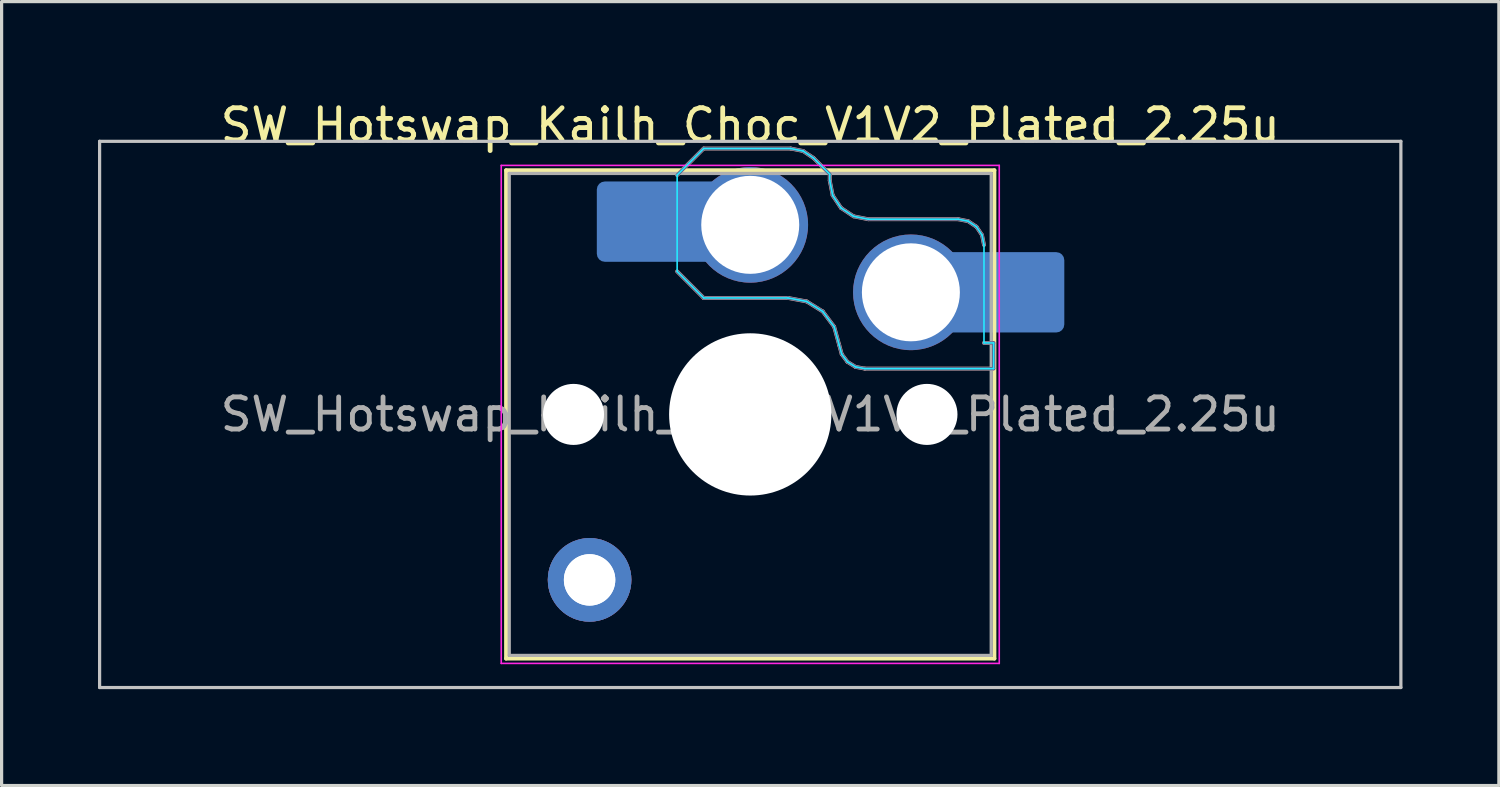
<source format=kicad_pcb>
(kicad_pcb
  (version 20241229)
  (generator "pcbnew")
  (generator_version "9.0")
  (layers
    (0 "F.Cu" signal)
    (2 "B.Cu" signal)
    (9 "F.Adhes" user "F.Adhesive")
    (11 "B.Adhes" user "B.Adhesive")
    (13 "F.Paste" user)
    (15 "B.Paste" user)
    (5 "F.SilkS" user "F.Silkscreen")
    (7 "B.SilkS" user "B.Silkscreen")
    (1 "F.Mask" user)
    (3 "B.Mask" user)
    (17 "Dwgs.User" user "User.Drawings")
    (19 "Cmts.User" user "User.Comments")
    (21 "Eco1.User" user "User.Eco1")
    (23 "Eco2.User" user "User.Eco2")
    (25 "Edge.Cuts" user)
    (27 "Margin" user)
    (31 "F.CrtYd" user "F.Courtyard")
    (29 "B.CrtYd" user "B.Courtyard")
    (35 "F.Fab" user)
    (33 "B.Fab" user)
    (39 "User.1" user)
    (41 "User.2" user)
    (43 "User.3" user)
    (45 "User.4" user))
  (footprint "SW_Hotswap_Kailh_Choc_V1V2_Plated_2.25u"
    (layer "F.Cu")
    (at 20.3 9.848)
    (property "Reference" "SW_Hotswap_Kailh_Choc_V1V2_Plated_2.25u" (at 0 -9 0) (layer "F.SilkS") (effects (font (size 1 1) (thickness 0.15))))
    (attr smd)
    (fp_line (start -7.6 -7.6) (end -7.6 7.6) (stroke (width 0.12) (type solid)) (layer "F.SilkS"))
    (fp_line (start -7.6 7.6) (end 7.6 7.6) (stroke (width 0.12) (type solid)) (layer "F.SilkS"))
    (fp_line (start 7.6 -7.6) (end -7.6 -7.6) (stroke (width 0.12) (type solid)) (layer "F.SilkS"))
    (fp_line (start 7.6 7.6) (end 7.6 -7.6) (stroke (width 0.12) (type solid)) (layer "F.SilkS"))
    (fp_line (start -2.275 -7.45) (end -1.45 -8.275) (stroke (width 0.12) (type solid)) (layer "B.SilkS"))
    (fp_line (start -1.45 -8.275) (end 1.261 -8.275) (stroke (width 0.12) (type solid)) (layer "B.SilkS"))
    (fp_line (start -1.45 -3.625) (end -2.275 -4.45) (stroke (width 0.12) (type solid)) (layer "B.SilkS"))
    (fp_line (start 1.175 -3.625) (end -1.45 -3.625) (stroke (width 0.12) (type solid)) (layer "B.SilkS"))
    (fp_line (start 1.261 -8.275) (end 1.643 -8.199) (stroke (width 0.12) (type solid)) (layer "B.SilkS"))
    (fp_line (start 1.643 -8.199) (end 1.968 -7.982) (stroke (width 0.12) (type solid)) (layer "B.SilkS"))
    (fp_line (start 1.756 -3.516) (end 1.175 -3.625) (stroke (width 0.12) (type solid)) (layer "B.SilkS"))
    (fp_line (start 1.968 -7.982) (end 2.475 -7.475) (stroke (width 0.12) (type solid)) (layer "B.SilkS"))
    (fp_line (start 2.258 -3.203) (end 1.756 -3.516) (stroke (width 0.12) (type solid)) (layer "B.SilkS"))
    (fp_line (start 2.475 -7.475) (end 2.475 -7.275) (stroke (width 0.12) (type solid)) (layer "B.SilkS"))
    (fp_line (start 2.475 -7.275) (end 2.566 -6.816) (stroke (width 0.12) (type solid)) (layer "B.SilkS"))
    (fp_line (start 2.566 -6.816) (end 2.826 -6.426) (stroke (width 0.12) (type solid)) (layer "B.SilkS"))
    (fp_line (start 2.612 -2.729) (end 2.258 -3.203) (stroke (width 0.12) (type solid)) (layer "B.SilkS"))
    (fp_line (start 2.769 -2.158) (end 2.612 -2.729) (stroke (width 0.12) (type solid)) (layer "B.SilkS"))
    (fp_line (start 2.826 -6.426) (end 3.216 -6.166) (stroke (width 0.12) (type solid)) (layer "B.SilkS"))
    (fp_line (start 2.848 -1.873) (end 2.769 -2.158) (stroke (width 0.12) (type solid)) (layer "B.SilkS"))
    (fp_line (start 3.025 -1.636) (end 2.848 -1.873) (stroke (width 0.12) (type solid)) (layer "B.SilkS"))
    (fp_line (start 3.216 -6.166) (end 3.675 -6.075) (stroke (width 0.12) (type solid)) (layer "B.SilkS"))
    (fp_line (start 3.276 -1.48) (end 3.025 -1.636) (stroke (width 0.12) (type solid)) (layer "B.SilkS"))
    (fp_line (start 3.567 -1.425) (end 3.276 -1.48) (stroke (width 0.12) (type solid)) (layer "B.SilkS"))
    (fp_line (start 3.675 -6.075) (end 6.475 -6.075) (stroke (width 0.12) (type solid)) (layer "B.SilkS"))
    (fp_line (start 6.475 -6.075) (end 6.781 -6.014) (stroke (width 0.12) (type solid)) (layer "B.SilkS"))
    (fp_line (start 6.781 -6.014) (end 7.041 -5.841) (stroke (width 0.12) (type solid)) (layer "B.SilkS"))
    (fp_line (start 7.041 -5.841) (end 7.214 -5.581) (stroke (width 0.12) (type solid)) (layer "B.SilkS"))
    (fp_line (start 7.214 -5.581) (end 7.275 -5.275) (stroke (width 0.12) (type solid)) (layer "B.SilkS"))
    (fp_line (start 7.275 -2.225) (end 7.575 -2.225) (stroke (width 0.12) (type solid)) (layer "B.SilkS"))
    (fp_line (start 7.575 -2.225) (end 7.575 -1.425) (stroke (width 0.12) (type solid)) (layer "B.SilkS"))
    (fp_line (start 7.575 -1.425) (end 3.567 -1.425) (stroke (width 0.12) (type solid)) (layer "B.SilkS"))
    (fp_line (start -20.25 -8.5) (end -20.25 8.5) (stroke (width 0.1) (type solid)) (layer "Dwgs.User"))
    (fp_line (start -20.25 8.5) (end 20.25 8.5) (stroke (width 0.1) (type solid)) (layer "Dwgs.User"))
    (fp_line (start 20.25 -8.5) (end -20.25 -8.5) (stroke (width 0.1) (type solid)) (layer "Dwgs.User"))
    (fp_line (start 20.25 8.5) (end 20.25 -8.5) (stroke (width 0.1) (type solid)) (layer "Dwgs.User"))
    (fp_line (start -7.25 -7.25) (end -7.25 7.25) (stroke (width 0.1) (type solid)) (layer "Eco1.User"))
    (fp_line (start -7.25 7.25) (end 7.25 7.25) (stroke (width 0.1) (type solid)) (layer "Eco1.User"))
    (fp_line (start 7.25 -7.25) (end -7.25 -7.25) (stroke (width 0.1) (type solid)) (layer "Eco1.User"))
    (fp_line (start 7.25 7.25) (end 7.25 -7.25) (stroke (width 0.1) (type solid)) (layer "Eco1.User"))
    (fp_line (start -2.275 -7.45) (end -1.45 -8.275) (stroke (width 0.05) (type solid)) (layer "B.CrtYd"))
    (fp_line (start -2.275 -4.45) (end -2.275 -7.45) (stroke (width 0.05) (type solid)) (layer "B.CrtYd"))
    (fp_line (start -1.45 -8.275) (end 1.261 -8.275) (stroke (width 0.05) (type solid)) (layer "B.CrtYd"))
    (fp_line (start -1.45 -3.625) (end -2.275 -4.45) (stroke (width 0.05) (type solid)) (layer "B.CrtYd"))
    (fp_line (start 1.175 -3.625) (end -1.45 -3.625) (stroke (width 0.05) (type solid)) (layer "B.CrtYd"))
    (fp_line (start 1.261 -8.275) (end 1.643 -8.199) (stroke (width 0.05) (type solid)) (layer "B.CrtYd"))
    (fp_line (start 1.643 -8.199) (end 1.968 -7.982) (stroke (width 0.05) (type solid)) (layer "B.CrtYd"))
    (fp_line (start 1.756 -3.516) (end 1.175 -3.625) (stroke (width 0.05) (type solid)) (layer "B.CrtYd"))
    (fp_line (start 1.968 -7.982) (end 2.475 -7.475) (stroke (width 0.05) (type solid)) (layer "B.CrtYd"))
    (fp_line (start 2.258 -3.203) (end 1.756 -3.516) (stroke (width 0.05) (type solid)) (layer "B.CrtYd"))
    (fp_line (start 2.475 -7.475) (end 2.475 -7.275) (stroke (width 0.05) (type solid)) (layer "B.CrtYd"))
    (fp_line (start 2.475 -7.275) (end 2.566 -6.816) (stroke (width 0.05) (type solid)) (layer "B.CrtYd"))
    (fp_line (start 2.566 -6.816) (end 2.826 -6.426) (stroke (width 0.05) (type solid)) (layer "B.CrtYd"))
    (fp_line (start 2.612 -2.729) (end 2.258 -3.203) (stroke (width 0.05) (type solid)) (layer "B.CrtYd"))
    (fp_line (start 2.769 -2.158) (end 2.612 -2.729) (stroke (width 0.05) (type solid)) (layer "B.CrtYd"))
    (fp_line (start 2.826 -6.426) (end 3.216 -6.166) (stroke (width 0.05) (type solid)) (layer "B.CrtYd"))
    (fp_line (start 2.848 -1.873) (end 2.769 -2.158) (stroke (width 0.05) (type solid)) (layer "B.CrtYd"))
    (fp_line (start 3.025 -1.636) (end 2.848 -1.873) (stroke (width 0.05) (type solid)) (layer "B.CrtYd"))
    (fp_line (start 3.216 -6.166) (end 3.675 -6.075) (stroke (width 0.05) (type solid)) (layer "B.CrtYd"))
    (fp_line (start 3.276 -1.48) (end 3.025 -1.636) (stroke (width 0.05) (type solid)) (layer "B.CrtYd"))
    (fp_line (start 3.567 -1.425) (end 3.276 -1.48) (stroke (width 0.05) (type solid)) (layer "B.CrtYd"))
    (fp_line (start 3.675 -6.075) (end 6.475 -6.075) (stroke (width 0.05) (type solid)) (layer "B.CrtYd"))
    (fp_line (start 6.475 -6.075) (end 6.781 -6.014) (stroke (width 0.05) (type solid)) (layer "B.CrtYd"))
    (fp_line (start 6.781 -6.014) (end 7.041 -5.841) (stroke (width 0.05) (type solid)) (layer "B.CrtYd"))
    (fp_line (start 7.041 -5.841) (end 7.214 -5.581) (stroke (width 0.05) (type solid)) (layer "B.CrtYd"))
    (fp_line (start 7.214 -5.581) (end 7.275 -5.275) (stroke (width 0.05) (type solid)) (layer "B.CrtYd"))
    (fp_line (start 7.275 -5.275) (end 7.275 -2.225) (stroke (width 0.05) (type solid)) (layer "B.CrtYd"))
    (fp_line (start 7.275 -2.225) (end 7.575 -2.225) (stroke (width 0.05) (type solid)) (layer "B.CrtYd"))
    (fp_line (start 7.575 -2.225) (end 7.575 -1.425) (stroke (width 0.05) (type solid)) (layer "B.CrtYd"))
    (fp_line (start 7.575 -1.425) (end 3.567 -1.425) (stroke (width 0.05) (type solid)) (layer "B.CrtYd"))
    (fp_line (start -7.75 -7.75) (end -7.75 7.75) (stroke (width 0.05) (type solid)) (layer "F.CrtYd"))
    (fp_line (start -7.75 7.75) (end 7.75 7.75) (stroke (width 0.05) (type solid)) (layer "F.CrtYd"))
    (fp_line (start 7.75 -7.75) (end -7.75 -7.75) (stroke (width 0.05) (type solid)) (layer "F.CrtYd"))
    (fp_line (start 7.75 7.75) (end 7.75 -7.75) (stroke (width 0.05) (type solid)) (layer "F.CrtYd"))
    (fp_line (start -2.275 -7.45) (end -1.45 -8.275) (stroke (width 0.1) (type solid)) (layer "B.Fab"))
    (fp_line (start -1.45 -8.275) (end 1.261 -8.275) (stroke (width 0.1) (type solid)) (layer "B.Fab"))
    (fp_line (start -1.45 -3.625) (end -2.275 -4.45) (stroke (width 0.1) (type solid)) (layer "B.Fab"))
    (fp_line (start 1.175 -3.625) (end -1.45 -3.625) (stroke (width 0.1) (type solid)) (layer "B.Fab"))
    (fp_line (start 1.261 -8.275) (end 1.643 -8.199) (stroke (width 0.1) (type solid)) (layer "B.Fab"))
    (fp_line (start 1.643 -8.199) (end 1.968 -7.982) (stroke (width 0.1) (type solid)) (layer "B.Fab"))
    (fp_line (start 1.756 -3.516) (end 1.175 -3.625) (stroke (width 0.1) (type solid)) (layer "B.Fab"))
    (fp_line (start 1.968 -7.982) (end 2.475 -7.475) (stroke (width 0.1) (type solid)) (layer "B.Fab"))
    (fp_line (start 2.258 -3.203) (end 1.756 -3.516) (stroke (width 0.1) (type solid)) (layer "B.Fab"))
    (fp_line (start 2.475 -7.475) (end 2.475 -7.275) (stroke (width 0.1) (type solid)) (layer "B.Fab"))
    (fp_line (start 2.475 -7.275) (end 2.566 -6.816) (stroke (width 0.1) (type solid)) (layer "B.Fab"))
    (fp_line (start 2.566 -6.816) (end 2.826 -6.426) (stroke (width 0.1) (type solid)) (layer "B.Fab"))
    (fp_line (start 2.612 -2.729) (end 2.258 -3.203) (stroke (width 0.1) (type solid)) (layer "B.Fab"))
    (fp_line (start 2.769 -2.158) (end 2.612 -2.729) (stroke (width 0.1) (type solid)) (layer "B.Fab"))
    (fp_line (start 2.826 -6.426) (end 3.216 -6.166) (stroke (width 0.1) (type solid)) (layer "B.Fab"))
    (fp_line (start 2.848 -1.873) (end 2.769 -2.158) (stroke (width 0.1) (type solid)) (layer "B.Fab"))
    (fp_line (start 3.025 -1.636) (end 2.848 -1.873) (stroke (width 0.1) (type solid)) (layer "B.Fab"))
    (fp_line (start 3.216 -6.166) (end 3.675 -6.075) (stroke (width 0.1) (type solid)) (layer "B.Fab"))
    (fp_line (start 3.276 -1.48) (end 3.025 -1.636) (stroke (width 0.1) (type solid)) (layer "B.Fab"))
    (fp_line (start 3.567 -1.425) (end 3.276 -1.48) (stroke (width 0.1) (type solid)) (layer "B.Fab"))
    (fp_line (start 3.675 -6.075) (end 6.475 -6.075) (stroke (width 0.1) (type solid)) (layer "B.Fab"))
    (fp_line (start 6.475 -6.075) (end 6.781 -6.014) (stroke (width 0.1) (type solid)) (layer "B.Fab"))
    (fp_line (start 6.781 -6.014) (end 7.041 -5.841) (stroke (width 0.1) (type solid)) (layer "B.Fab"))
    (fp_line (start 7.041 -5.841) (end 7.214 -5.581) (stroke (width 0.1) (type solid)) (layer "B.Fab"))
    (fp_line (start 7.214 -5.581) (end 7.275 -5.275) (stroke (width 0.1) (type solid)) (layer "B.Fab"))
    (fp_line (start 7.275 -2.225) (end 7.575 -2.225) (stroke (width 0.1) (type solid)) (layer "B.Fab"))
    (fp_line (start 7.575 -2.225) (end 7.575 -1.425) (stroke (width 0.1) (type solid)) (layer "B.Fab"))
    (fp_line (start 7.575 -1.425) (end 3.567 -1.425) (stroke (width 0.1) (type solid)) (layer "B.Fab"))
    (fp_line (start -7.5 -7.5) (end -7.5 7.5) (stroke (width 0.1) (type solid)) (layer "F.Fab"))
    (fp_line (start -7.5 7.5) (end 7.5 7.5) (stroke (width 0.1) (type solid)) (layer "F.Fab"))
    (fp_line (start 7.5 -7.5) (end -7.5 -7.5) (stroke (width 0.1) (type solid)) (layer "F.Fab"))
    (fp_line (start 7.5 7.5) (end 7.5 -7.5) (stroke (width 0.1) (type solid)) (layer "F.Fab"))
    (fp_text user "${REFERENCE}" (at 0 0 0) (layer "F.Fab") (effects (font (size 1 1) (thickness 0.15))))
    (pad "" np_thru_hole circle (at -5.5 0) (size 1.9 1.9) (drill 1.9) (layers "*.Cu" "*.Mask"))
    (pad "" thru_hole circle (at -5 5.15) (size 2.6 2.6) (drill 1.6) (layers "*.Cu" "B.Mask"))
    (pad "" thru_hole circle (at -5 5.15) (size 2.6 2.6) (drill 1.6) (layers "*.Cu" "B.Mask"))
    (pad "" smd roundrect (at -3.5 -6) (size 2.55 2.5) (layers "B.Mask" "B.Paste") (roundrect_rratio 0.1))
    (pad "" np_thru_hole circle (at 0 0) (size 5.05 5.05) (drill 5.05) (layers "*.Cu" "*.Mask"))
    (pad "" np_thru_hole circle (at 5.5 0) (size 1.9 1.9) (drill 1.9) (layers "*.Cu" "*.Mask"))
    (pad "" smd roundrect (at 8.5 -3.8) (size 2.55 2.5) (layers "B.Mask" "B.Paste") (roundrect_rratio 0.1))
    (pad "1" smd roundrect (at -2.85 -6) (size 3.85 2.5) (layers "B.Cu") (roundrect_rratio 0.1))
    (pad "1" thru_hole circle (at 0 -5.9) (size 3.6 3.6) (drill 3.05) (layers "*.Cu" "B.Mask"))
    (pad "2" thru_hole circle (at 5 -3.8) (size 3.6 3.6) (drill 3.05) (layers "*.Cu" "B.Mask"))
    (pad "2" smd roundrect (at 7.85 -3.8) (size 3.85 2.5) (layers "B.Cu") (roundrect_rratio 0.1)))
  (gr_rect
    (start -3 -3)
    (end 43.6 21.398)
    (stroke (width 0.1) (type default))
    (fill no)
    (layer "Edge.Cuts")))
</source>
